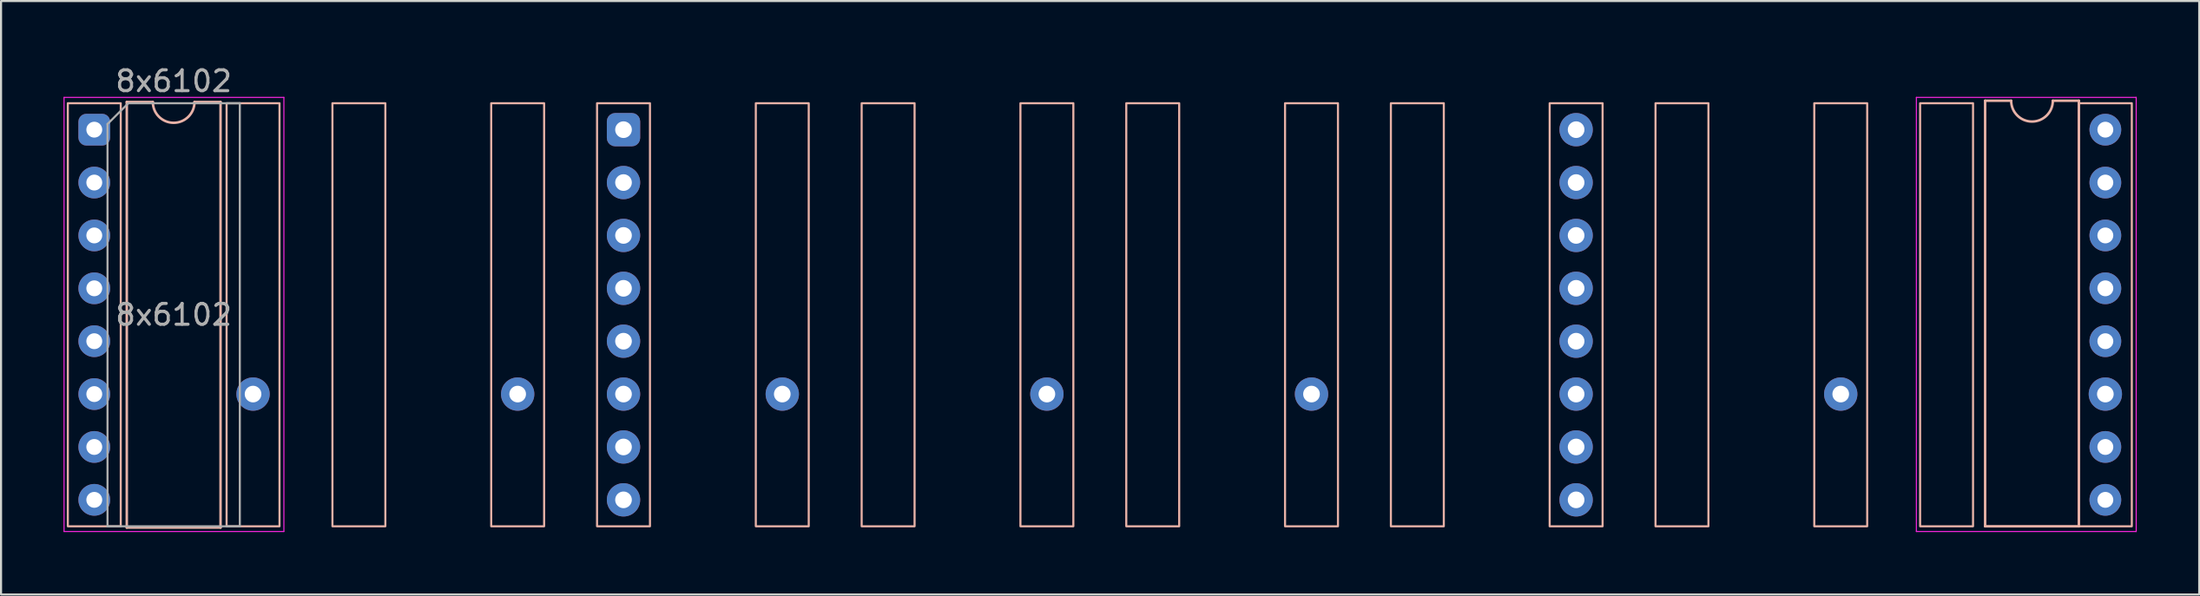
<source format=kicad_pcb>
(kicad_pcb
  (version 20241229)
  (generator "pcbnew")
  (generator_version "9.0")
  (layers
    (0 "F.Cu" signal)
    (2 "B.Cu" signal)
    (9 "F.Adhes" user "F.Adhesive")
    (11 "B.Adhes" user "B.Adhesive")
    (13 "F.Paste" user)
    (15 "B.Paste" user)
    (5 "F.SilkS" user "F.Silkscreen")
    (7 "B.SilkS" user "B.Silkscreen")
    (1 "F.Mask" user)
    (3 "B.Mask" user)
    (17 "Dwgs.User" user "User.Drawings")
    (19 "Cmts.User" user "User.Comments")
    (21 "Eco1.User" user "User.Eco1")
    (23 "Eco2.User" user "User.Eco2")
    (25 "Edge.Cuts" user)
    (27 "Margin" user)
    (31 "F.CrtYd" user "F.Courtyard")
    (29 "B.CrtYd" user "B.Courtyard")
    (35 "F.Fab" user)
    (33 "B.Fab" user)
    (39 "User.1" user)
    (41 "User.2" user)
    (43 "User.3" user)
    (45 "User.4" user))
  (footprint "8x6102"
    (layer "F.Cu")
    (at 1.475 3.178)
    (property "Reference" "8x6102" (at 3.81 -2.33 0) (layer "F.Fab") (effects (font (size 1 1) (thickness 0.15))))
    (attr through_hole)
    (fp_line (start 1.56 -1.33) (end 1.56 19.11) (stroke (width 0.12) (type solid)) (layer "B.SilkS"))
    (fp_line (start 1.56 19.11) (end 6.06 19.11) (stroke (width 0.12) (type solid)) (layer "B.SilkS"))
    (fp_line (start 2.81 -1.33) (end 1.56 -1.33) (stroke (width 0.12) (type solid)) (layer "B.SilkS"))
    (fp_line (start 6.06 -1.33) (end 4.81 -1.33) (stroke (width 0.12) (type solid)) (layer "B.SilkS"))
    (fp_line (start 6.06 19.11) (end 6.06 -1.33) (stroke (width 0.12) (type solid)) (layer "B.SilkS"))
    (fp_line (start 90.75 -1.39) (end 90.75 19.05) (stroke (width 0.12) (type solid)) (layer "B.SilkS"))
    (fp_line (start 90.75 19.05) (end 95.25 19.05) (stroke (width 0.12) (type solid)) (layer "B.SilkS"))
    (fp_line (start 92 -1.39) (end 90.75 -1.39) (stroke (width 0.12) (type solid)) (layer "B.SilkS"))
    (fp_line (start 95.25 -1.39) (end 94 -1.39) (stroke (width 0.12) (type solid)) (layer "B.SilkS"))
    (fp_line (start 95.25 19.05) (end 95.25 -1.39) (stroke (width 0.12) (type solid)) (layer "B.SilkS"))
    (fp_rect (start -1.27 -1.27) (end 1.27 19.05) (stroke (width 0.1) (type default)) (fill no) (layer "B.SilkS"))
    (fp_rect (start 6.35 -1.27) (end 8.89 19.05) (stroke (width 0.1) (type default)) (fill no) (layer "B.SilkS"))
    (fp_rect (start 11.43 -1.27) (end 13.97 19.05) (stroke (width 0.1) (type default)) (fill no) (layer "B.SilkS"))
    (fp_rect (start 19.05 -1.27) (end 21.59 19.05) (stroke (width 0.1) (type default)) (fill no) (layer "B.SilkS"))
    (fp_rect (start 24.13 -1.27) (end 26.67 19.05) (stroke (width 0.1) (type default)) (fill no) (layer "B.SilkS"))
    (fp_rect (start 31.75 -1.27) (end 34.29 19.05) (stroke (width 0.1) (type default)) (fill no) (layer "B.SilkS"))
    (fp_rect (start 36.83 -1.27) (end 39.37 19.05) (stroke (width 0.1) (type default)) (fill no) (layer "B.SilkS"))
    (fp_rect (start 44.45 -1.27) (end 46.99 19.05) (stroke (width 0.1) (type default)) (fill no) (layer "B.SilkS"))
    (fp_rect (start 49.53 -1.27) (end 52.07 19.05) (stroke (width 0.1) (type default)) (fill no) (layer "B.SilkS"))
    (fp_rect (start 57.15 -1.27) (end 59.69 19.05) (stroke (width 0.1) (type default)) (fill no) (layer "B.SilkS"))
    (fp_rect (start 62.23 -1.27) (end 64.77 19.05) (stroke (width 0.1) (type default)) (fill no) (layer "B.SilkS"))
    (fp_rect (start 69.85 -1.27) (end 72.39 19.05) (stroke (width 0.1) (type default)) (fill no) (layer "B.SilkS"))
    (fp_rect (start 74.93 -1.27) (end 77.47 19.05) (stroke (width 0.1) (type default)) (fill no) (layer "B.SilkS"))
    (fp_rect (start 82.55 -1.27) (end 85.09 19.05) (stroke (width 0.1) (type default)) (fill no) (layer "B.SilkS"))
    (fp_rect (start 87.63 -1.27) (end 90.17 19.05) (stroke (width 0.1) (type default)) (fill no) (layer "B.SilkS"))
    (fp_rect (start 95.25 -1.27) (end 97.79 19.05) (stroke (width 0.1) (type default)) (fill no) (layer "B.SilkS"))
    (fp_arc (start 4.81 -1.33) (mid 3.81 -0.33) (end 2.81 -1.33) (stroke (width 0.12) (type solid)) (layer "B.SilkS"))
    (fp_arc (start 94 -1.39) (mid 93 -0.39) (end 92 -1.39) (stroke (width 0.12) (type solid)) (layer "B.SilkS"))
    (fp_line (start -1.45 -1.55) (end -1.45 19.3) (stroke (width 0.05) (type solid)) (layer "F.CrtYd"))
    (fp_line (start -1.45 19.3) (end 9.1 19.3) (stroke (width 0.05) (type solid)) (layer "F.CrtYd"))
    (fp_line (start 9.1 -1.55) (end -1.45 -1.55) (stroke (width 0.05) (type solid)) (layer "F.CrtYd"))
    (fp_line (start 9.1 19.3) (end 9.1 -1.55) (stroke (width 0.05) (type solid)) (layer "F.CrtYd"))
    (fp_line (start 87.45 -1.55) (end 87.45 19.3) (stroke (width 0.05) (type solid)) (layer "F.CrtYd"))
    (fp_line (start 87.45 19.3) (end 98 19.3) (stroke (width 0.05) (type solid)) (layer "F.CrtYd"))
    (fp_line (start 98 -1.55) (end 87.45 -1.55) (stroke (width 0.05) (type solid)) (layer "F.CrtYd"))
    (fp_line (start 98 19.3) (end 98 -1.55) (stroke (width 0.05) (type solid)) (layer "F.CrtYd"))
    (fp_line (start 0.635 -0.27) (end 1.635 -1.27) (stroke (width 0.1) (type solid)) (layer "F.Fab"))
    (fp_line (start 0.635 19.05) (end 0.635 -0.27) (stroke (width 0.1) (type solid)) (layer "F.Fab"))
    (fp_line (start 1.635 -1.27) (end 6.985 -1.27) (stroke (width 0.1) (type solid)) (layer "F.Fab"))
    (fp_line (start 6.985 -1.27) (end 6.985 19.05) (stroke (width 0.1) (type solid)) (layer "F.Fab"))
    (fp_line (start 6.985 19.05) (end 0.635 19.05) (stroke (width 0.1) (type solid)) (layer "F.Fab"))
    (fp_text user "${REFERENCE}" (at 3.81 8.89 0) (layer "F.Fab") (effects (font (size 1 1) (thickness 0.15))))
    (pad "1" thru_hole roundrect (at 25.4 0) (size 1.6 1.6) (drill 0.8) (layers "*.Cu" "*.Mask") (roundrect_rratio 0.25))
    (pad "2" thru_hole circle (at 25.4 2.54) (size 1.6 1.6) (drill 0.8) (layers "*.Cu" "*.Mask"))
    (pad "3" thru_hole oval (at 25.4 5.08) (size 1.6 1.6) (drill 0.8) (layers "*.Cu" "*.Mask"))
    (pad "4" thru_hole oval (at 25.4 7.62) (size 1.6 1.6) (drill 0.8) (layers "*.Cu" "*.Mask"))
    (pad "5" thru_hole oval (at 25.4 10.16) (size 1.6 1.6) (drill 0.8) (layers "*.Cu" "*.Mask"))
    (pad "6" thru_hole oval (at 25.4 12.7) (size 1.6 1.6) (drill 0.8) (layers "*.Cu" "*.Mask"))
    (pad "7" thru_hole oval (at 25.4 15.24) (size 1.6 1.6) (drill 0.8) (layers "*.Cu" "*.Mask"))
    (pad "8" thru_hole oval (at 25.4 17.78) (size 1.6 1.6) (drill 0.8) (layers "*.Cu" "*.Mask"))
    (pad "9" thru_hole oval (at 71.12 17.78) (size 1.6 1.6) (drill 0.8) (layers "*.Cu" "*.Mask"))
    (pad "10" thru_hole oval (at 71.12 15.24) (size 1.6 1.6) (drill 0.8) (layers "*.Cu" "*.Mask"))
    (pad "11" thru_hole oval (at 71.12 12.7) (size 1.6 1.6) (drill 0.8) (layers "*.Cu" "*.Mask"))
    (pad "12" thru_hole oval (at 71.12 10.16) (size 1.6 1.6) (drill 0.8) (layers "*.Cu" "*.Mask"))
    (pad "13" thru_hole oval (at 71.12 7.62) (size 1.6 1.6) (drill 0.8) (layers "*.Cu" "*.Mask"))
    (pad "14" thru_hole oval (at 71.12 5.08) (size 1.6 1.6) (drill 0.8) (layers "*.Cu" "*.Mask"))
    (pad "15" thru_hole oval (at 71.12 2.54) (size 1.6 1.6) (drill 0.8) (layers "*.Cu" "*.Mask"))
    (pad "16" thru_hole oval (at 71.12 0) (size 1.6 1.6) (drill 0.8) (layers "*.Cu" "*.Mask"))
    (pad "17" thru_hole oval (at 7.62 12.7) (size 1.6 1.6) (drill 0.8) (layers "*.Cu" "*.Mask"))
    (pad "18" thru_hole oval (at 20.32 12.7) (size 1.6 1.6) (drill 0.8) (layers "*.Cu" "*.Mask"))
    (pad "19" thru_hole oval (at 33.02 12.7) (size 1.6 1.6) (drill 0.8) (layers "*.Cu" "*.Mask"))
    (pad "20" thru_hole oval (at 45.72 12.7) (size 1.6 1.6) (drill 0.8) (layers "*.Cu" "*.Mask"))
    (pad "21" thru_hole oval (at 58.42 12.7) (size 1.6 1.6) (drill 0.8) (layers "*.Cu" "*.Mask"))
    (pad "22" thru_hole oval (at 83.82 12.7) (size 1.6 1.6) (drill 0.8) (layers "*.Cu" "*.Mask"))
    (pad "23" thru_hole oval (at 96.52 12.7) (size 1.6 1.6) (drill 0.8) (layers "*.Cu" "*.Mask"))
    (pad "24" thru_hole roundrect (at 0 0) (size 1.524 1.524) (drill 0.762) (layers "*.Cu" "*.Mask") (roundrect_rratio 0.25))
    (pad "31" thru_hole circle (at 0 2.54) (size 1.524 1.524) (drill 0.762) (layers "*.Cu" "*.Mask"))
    (pad "32" thru_hole circle (at 0 5.08) (size 1.524 1.524) (drill 0.762) (layers "*.Cu" "*.Mask"))
    (pad "33" thru_hole circle (at 0 7.62) (size 1.524 1.524) (drill 0.762) (layers "*.Cu" "*.Mask"))
    (pad "34" thru_hole circle (at 0 10.16) (size 1.524 1.524) (drill 0.762) (layers "*.Cu" "*.Mask"))
    (pad "35" thru_hole circle (at 0 12.7) (size 1.524 1.524) (drill 0.762) (layers "*.Cu" "*.Mask"))
    (pad "36" thru_hole circle (at 0 15.24) (size 1.524 1.524) (drill 0.762) (layers "*.Cu" "*.Mask"))
    (pad "37" thru_hole circle (at 0 17.78) (size 1.524 1.524) (drill 0.762) (layers "*.Cu" "*.Mask"))
    (pad "38" thru_hole circle (at 96.52 0) (size 1.524 1.524) (drill 0.762) (layers "*.Cu" "*.Mask"))
    (pad "39" thru_hole circle (at 96.52 2.54) (size 1.524 1.524) (drill 0.762) (layers "*.Cu" "*.Mask"))
    (pad "40" thru_hole circle (at 96.52 5.08) (size 1.524 1.524) (drill 0.762) (layers "*.Cu" "*.Mask"))
    (pad "41" thru_hole circle (at 96.52 7.62) (size 1.524 1.524) (drill 0.762) (layers "*.Cu" "*.Mask"))
    (pad "42" thru_hole circle (at 96.52 10.16) (size 1.524 1.524) (drill 0.762) (layers "*.Cu" "*.Mask"))
    (pad "43" thru_hole circle (at 96.52 15.24) (size 1.524 1.524) (drill 0.762) (layers "*.Cu" "*.Mask"))
    (pad "44" thru_hole circle (at 96.52 17.78) (size 1.524 1.524) (drill 0.762) (layers "*.Cu" "*.Mask")))
  (gr_rect
    (start -3 -3)
    (end 102.5 25.503)
    (stroke (width 0.1) (type default))
    (fill no)
    (layer "Edge.Cuts")))
</source>
